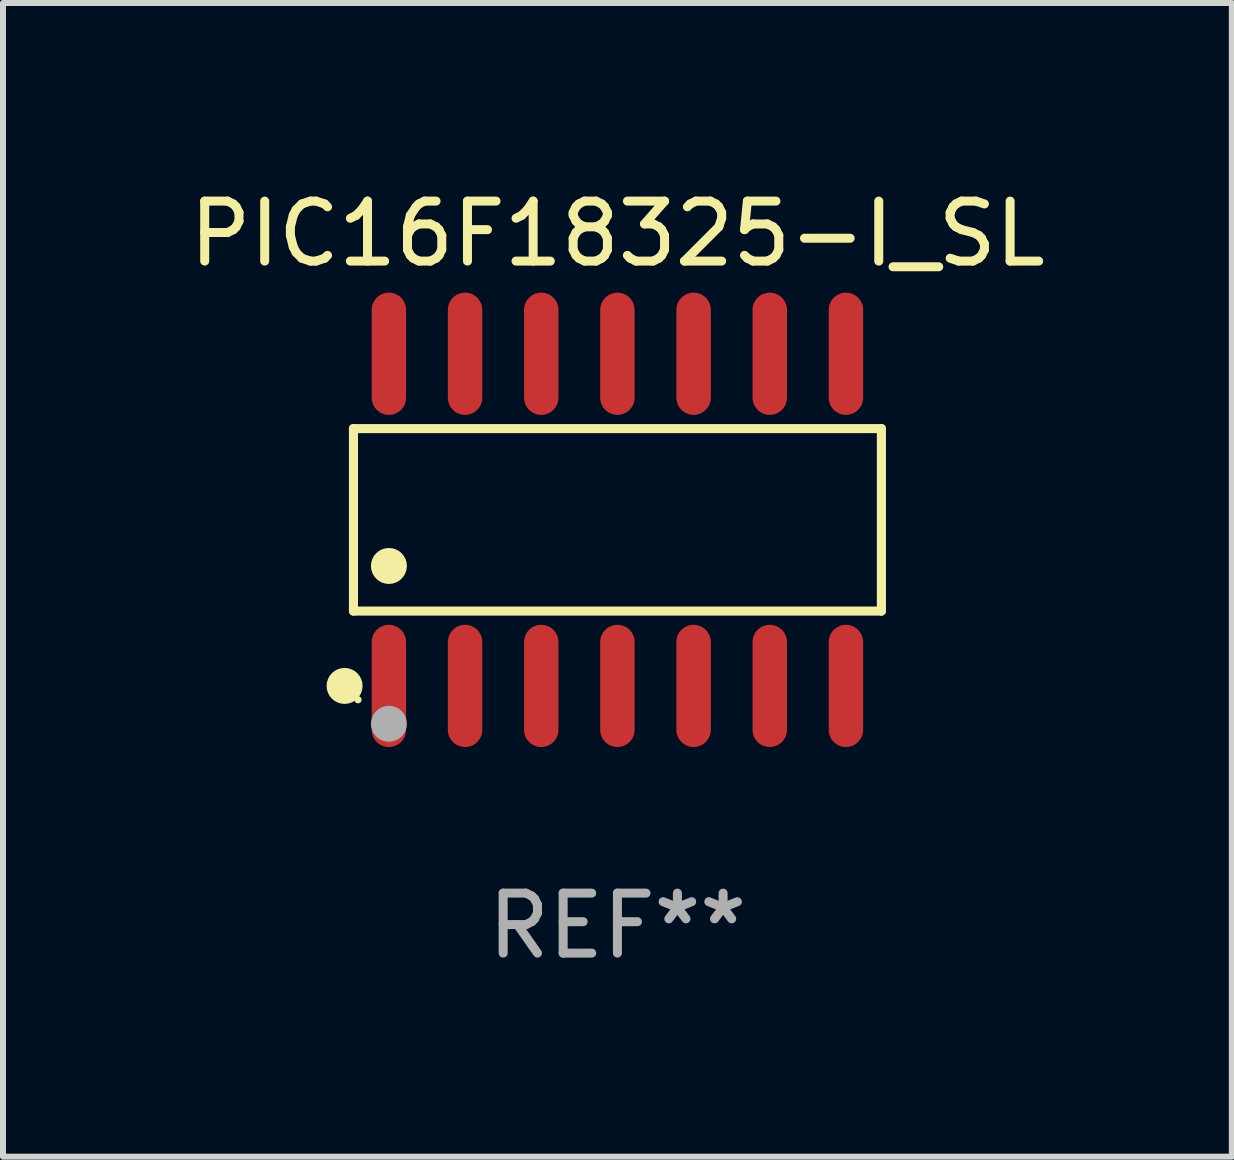
<source format=kicad_pcb>
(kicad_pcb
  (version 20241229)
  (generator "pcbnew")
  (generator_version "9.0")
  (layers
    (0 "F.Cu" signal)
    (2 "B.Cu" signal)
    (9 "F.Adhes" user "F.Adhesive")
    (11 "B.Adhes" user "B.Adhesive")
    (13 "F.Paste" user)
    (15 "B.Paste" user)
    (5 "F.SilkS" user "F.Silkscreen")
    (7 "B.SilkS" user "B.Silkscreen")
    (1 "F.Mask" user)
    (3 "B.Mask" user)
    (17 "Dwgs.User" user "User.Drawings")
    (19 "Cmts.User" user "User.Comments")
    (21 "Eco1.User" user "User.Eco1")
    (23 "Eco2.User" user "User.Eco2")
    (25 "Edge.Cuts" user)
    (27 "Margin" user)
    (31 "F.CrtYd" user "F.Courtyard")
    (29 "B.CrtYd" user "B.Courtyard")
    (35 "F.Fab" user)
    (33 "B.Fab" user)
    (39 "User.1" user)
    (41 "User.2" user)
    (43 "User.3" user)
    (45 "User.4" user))
  (footprint "PIC16F18325-I_SL"
    (layer "F.Cu")
    (at 7.244 5.617)
    (property "Reference" "PIC16F18325-I_SL" (at 0 -4.769 0) (layer "F.SilkS") (effects (font (size 1 1) (thickness 0.15))))
    (attr through_hole)
    (fp_line (start -4.401 -1.521) (end 4.401 -1.521) (stroke (width 0.152) (type solid)) (layer "F.SilkS"))
    (fp_line (start -4.401 1.521) (end -4.401 -1.521) (stroke (width 0.152) (type solid)) (layer "F.SilkS"))
    (fp_line (start 4.401 -1.521) (end 4.401 1.521) (stroke (width 0.152) (type solid)) (layer "F.SilkS"))
    (fp_line (start 4.401 1.521) (end -4.401 1.521) (stroke (width 0.152) (type solid)) (layer "F.SilkS"))
    (fp_circle (center -4.549 2.769) (end -4.399 2.769) (stroke (width 0.3) (type solid)) (fill no) (layer "F.SilkS"))
    (fp_circle (center -4.325 3) (end -4.295 3) (stroke (width 0.06) (type solid)) (fill no) (layer "F.SilkS"))
    (fp_circle (center -3.81 0.769) (end -3.66 0.769) (stroke (width 0.3) (type solid)) (fill no) (layer "F.SilkS"))
    (fp_circle (center -3.81 3.4) (end -3.66 3.4) (stroke (width 0.3) (type solid)) (fill no) (layer "F.Fab"))
    (fp_text user "REF**" (at 0 6.769 0) (layer "F.Fab") (effects (font (size 1 1) (thickness 0.15))))
    (pad "1" smd oval (at -3.81 2.769) (size 0.574 2.038) (layers "F.Cu" "F.Mask" "F.Paste"))
    (pad "2" smd oval (at -2.54 2.769) (size 0.574 2.038) (layers "F.Cu" "F.Mask" "F.Paste"))
    (pad "3" smd oval (at -1.27 2.769) (size 0.574 2.038) (layers "F.Cu" "F.Mask" "F.Paste"))
    (pad "4" smd oval (at 0 2.769) (size 0.574 2.038) (layers "F.Cu" "F.Mask" "F.Paste"))
    (pad "5" smd oval (at 1.27 2.769) (size 0.574 2.038) (layers "F.Cu" "F.Mask" "F.Paste"))
    (pad "6" smd oval (at 2.54 2.769) (size 0.574 2.038) (layers "F.Cu" "F.Mask" "F.Paste"))
    (pad "7" smd oval (at 3.81 2.769) (size 0.574 2.038) (layers "F.Cu" "F.Mask" "F.Paste"))
    (pad "8" smd oval (at 3.81 -2.769) (size 0.574 2.038) (layers "F.Cu" "F.Mask" "F.Paste"))
    (pad "9" smd oval (at 2.54 -2.769) (size 0.574 2.038) (layers "F.Cu" "F.Mask" "F.Paste"))
    (pad "10" smd oval (at 1.27 -2.769) (size 0.574 2.038) (layers "F.Cu" "F.Mask" "F.Paste"))
    (pad "11" smd oval (at 0 -2.769) (size 0.574 2.038) (layers "F.Cu" "F.Mask" "F.Paste"))
    (pad "12" smd oval (at -1.27 -2.769) (size 0.574 2.038) (layers "F.Cu" "F.Mask" "F.Paste"))
    (pad "13" smd oval (at -2.54 -2.769) (size 0.574 2.038) (layers "F.Cu" "F.Mask" "F.Paste"))
    (pad "14" smd oval (at -3.81 -2.769) (size 0.574 2.038) (layers "F.Cu" "F.Mask" "F.Paste")))
  (gr_rect
    (start -3 -3)
    (end 17.488 16.235)
    (stroke (width 0.1) (type default))
    (fill no)
    (layer "Edge.Cuts")))
</source>
